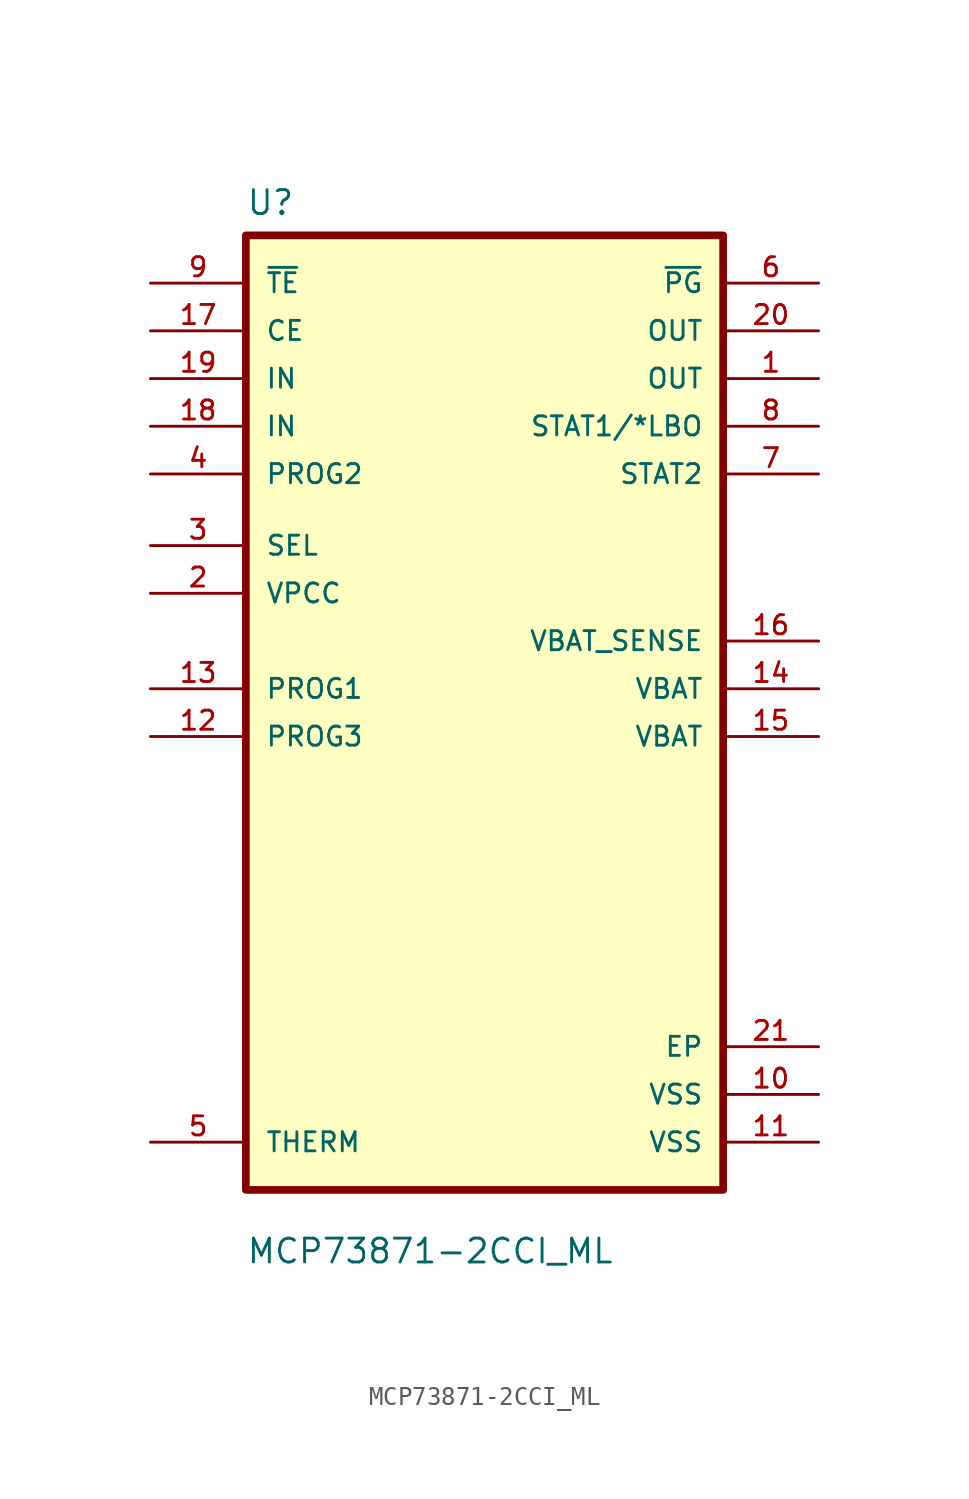
<source format=kicad_sym>
(kicad_symbol_lib
  (version 20220914)
  (generator kicad_symbol_editor)
  (symbol "MCP73871-2CCI_ML"
    (pin_names
      (offset 1.016))
    (property "Reference" "U"
      (at -12.7 26.4 0)
      (effects (font (size 1.27 1.27)) (justify left bottom)))
    (property "Value" "MCP73871-2CCI_ML"
      (at -12.7 -29.4 0)
      (effects (font (size 1.27 1.27)) (justify left bottom)))
    (symbol "MCP73871-2CCI_ML_0_0"
      (rectangle (start -12.7 25.4) (end 12.7 -25.4) (stroke (width 0.41) (type default)) (fill (type background)))
      (pin power_in line (at 17.78 -20.32 180) (length 5.08) (name "VSS" (effects (font (size 1.016 1.016)))) (number "10" (effects (font (size 1.016 1.016)))))
      (pin power_in line (at 17.78 -22.86 180) (length 5.08) (name "VSS" (effects (font (size 1.016 1.016)))) (number "11" (effects (font (size 1.016 1.016)))))
      (pin bidirectional line (at -17.78 -1.27 0) (length 5.08) (name "PROG3" (effects (font (size 1.016 1.016)))) (number "12" (effects (font (size 1.016 1.016)))))
      (pin bidirectional line (at -17.78 1.27 0) (length 5.08) (name "PROG1" (effects (font (size 1.016 1.016)))) (number "13" (effects (font (size 1.016 1.016)))))
      (pin bidirectional line (at 17.78 1.27 180) (length 5.08) (name "VBAT" (effects (font (size 1.016 1.016)))) (number "14" (effects (font (size 1.016 1.016)))))
      (pin bidirectional line (at 17.78 -1.27 180) (length 5.08) (name "VBAT" (effects (font (size 1.016 1.016)))) (number "15" (effects (font (size 1.016 1.016)))))
      (pin bidirectional line (at 17.78 3.81 180) (length 5.08) (name "VBAT_SENSE" (effects (font (size 1.016 1.016)))) (number "16" (effects (font (size 1.016 1.016)))))
      (pin input line (at -17.78 20.32 0) (length 5.08) (name "CE" (effects (font (size 1.016 1.016)))) (number "17" (effects (font (size 1.016 1.016)))))
      (pin input line (at -17.78 15.24 0) (length 5.08) (name "IN" (effects (font (size 1.016 1.016)))) (number "18" (effects (font (size 1.016 1.016)))))
      (pin input line (at -17.78 17.78 0) (length 5.08) (name "IN" (effects (font (size 1.016 1.016)))) (number "19" (effects (font (size 1.016 1.016)))))
      (pin input line (at -17.78 6.35 0) (length 5.08) (name "VPCC" (effects (font (size 1.016 1.016)))) (number "2" (effects (font (size 1.016 1.016)))))
      (pin bidirectional line (at 17.78 -17.78 180) (length 5.08) (name "EP" (effects (font (size 1.016 1.016)))) (number "21" (effects (font (size 1.016 1.016)))))
      (pin input line (at -17.78 8.89 0) (length 5.08) (name "SEL" (effects (font (size 1.016 1.016)))) (number "3" (effects (font (size 1.016 1.016)))))
      (pin input line (at -17.78 12.7 0) (length 5.08) (name "PROG2" (effects (font (size 1.016 1.016)))) (number "4" (effects (font (size 1.016 1.016)))))
      (pin bidirectional line (at -17.78 -22.86 0) (length 5.08) (name "THERM" (effects (font (size 1.016 1.016)))) (number "5" (effects (font (size 1.016 1.016)))))
      (pin output line (at 17.78 22.86 180) (length 5.08) (name "~{PG}" (effects (font (size 1.016 1.016)))) (number "6" (effects (font (size 1.016 1.016)))))
      (pin output line (at 17.78 12.7 180) (length 5.08) (name "STAT2" (effects (font (size 1.016 1.016)))) (number "7" (effects (font (size 1.016 1.016)))))
      (pin output line (at 17.78 15.24 180) (length 5.08) (name "STAT1/*LBO" (effects (font (size 1.016 1.016)))) (number "8" (effects (font (size 1.016 1.016)))))
      (pin input line (at -17.78 22.86 0) (length 5.08) (name "~{TE}" (effects (font (size 1.016 1.016)))) (number "9" (effects (font (size 1.016 1.016))))))
    (symbol "MCP73871-2CCI_ML_1_0"
      (pin passive line (at 17.78 17.78 180) (length 5.08) (name "OUT" (effects (font (size 1.016 1.016)))) (number "1" (effects (font (size 1.016 1.016)))))
      (pin passive line (at 17.78 20.32 180) (length 5.08) (name "OUT" (effects (font (size 1.016 1.016)))) (number "20" (effects (font (size 1.016 1.016))))))))
</source>
